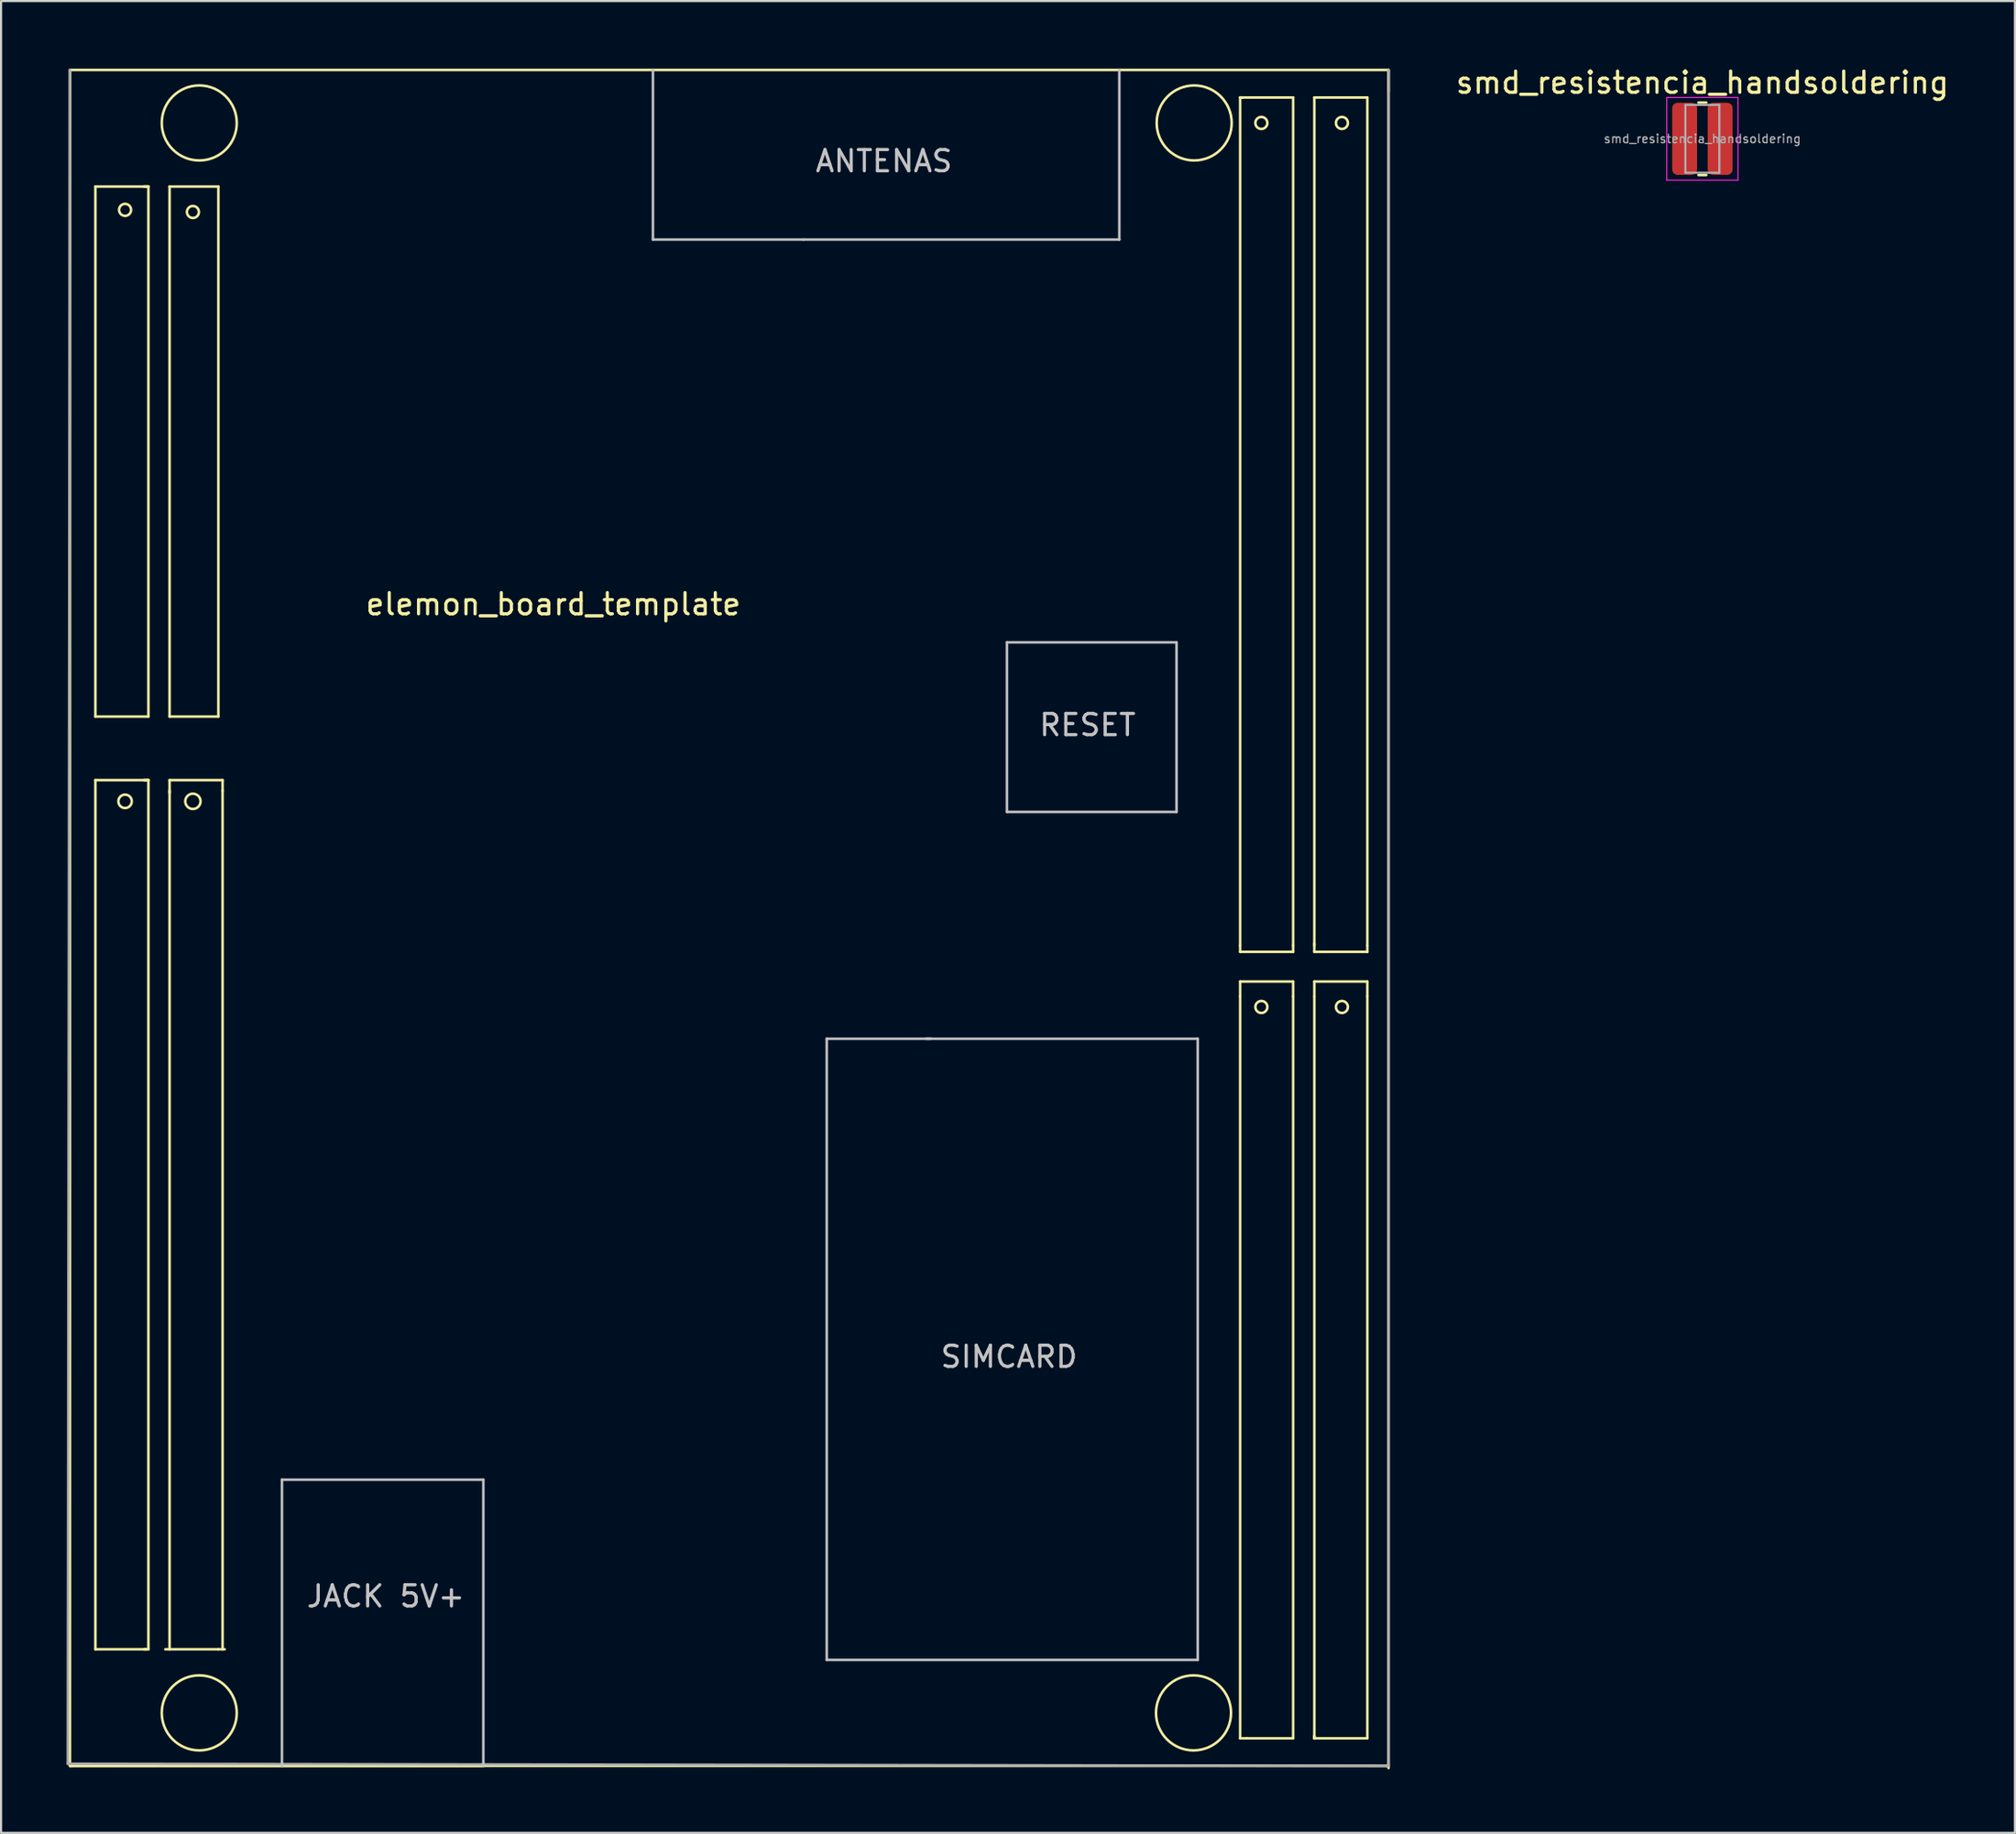
<source format=kicad_pcb>
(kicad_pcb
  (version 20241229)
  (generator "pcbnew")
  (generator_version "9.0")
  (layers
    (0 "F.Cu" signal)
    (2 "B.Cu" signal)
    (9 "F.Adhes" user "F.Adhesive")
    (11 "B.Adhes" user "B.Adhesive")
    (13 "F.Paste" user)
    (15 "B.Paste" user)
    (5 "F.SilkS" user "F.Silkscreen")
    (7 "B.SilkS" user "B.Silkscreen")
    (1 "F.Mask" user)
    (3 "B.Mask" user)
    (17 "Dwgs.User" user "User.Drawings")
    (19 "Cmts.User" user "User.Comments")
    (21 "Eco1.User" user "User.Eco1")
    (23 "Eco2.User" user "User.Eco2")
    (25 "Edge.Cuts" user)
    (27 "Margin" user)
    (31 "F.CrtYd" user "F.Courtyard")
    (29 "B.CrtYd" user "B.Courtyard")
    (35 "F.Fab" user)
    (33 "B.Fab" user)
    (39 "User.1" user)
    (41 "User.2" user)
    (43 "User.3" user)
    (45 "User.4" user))
  (footprint "smd_resistencia_handsoldering"
    (layer "F.Cu")
    (at 77.254 3.498)
    (property "Reference" "smd_resistencia_handsoldering" (at 0 -2.65 0) (layer "F.SilkS") (effects (font (size 1 1) (thickness 0.15))))
    (attr smd)
    (fp_line (start -0.183 -1.71) (end 0.183 -1.71) (stroke (width 0.12) (type solid)) (layer "F.SilkS"))
    (fp_line (start -0.183 1.71) (end 0.183 1.71) (stroke (width 0.12) (type solid)) (layer "F.SilkS"))
    (fp_line (start -1.68 -1.95) (end 1.68 -1.95) (stroke (width 0.05) (type solid)) (layer "F.CrtYd"))
    (fp_line (start -1.68 1.95) (end -1.68 -1.95) (stroke (width 0.05) (type solid)) (layer "F.CrtYd"))
    (fp_line (start 1.68 -1.95) (end 1.68 1.95) (stroke (width 0.05) (type solid)) (layer "F.CrtYd"))
    (fp_line (start 1.68 1.95) (end -1.68 1.95) (stroke (width 0.05) (type solid)) (layer "F.CrtYd"))
    (fp_line (start -0.8 -1.6) (end 0.8 -1.6) (stroke (width 0.1) (type solid)) (layer "F.Fab"))
    (fp_line (start -0.8 1.6) (end -0.8 -1.6) (stroke (width 0.1) (type solid)) (layer "F.Fab"))
    (fp_line (start 0.8 -1.6) (end 0.8 1.6) (stroke (width 0.1) (type solid)) (layer "F.Fab"))
    (fp_line (start 0.8 1.6) (end -0.8 1.6) (stroke (width 0.1) (type solid)) (layer "F.Fab"))
    (fp_text user "${REFERENCE}" (at 0 0 0) (layer "F.Fab") (effects (font (size 0.4 0.4) (thickness 0.06))))
    (pad "1" smd roundrect (at -0.838 0) (size 1.175 3.4) (layers "F.Cu" "F.Mask" "F.Paste") (roundrect_rratio 0.213))
    (pad "2" smd roundrect (at 0.838 0) (size 1.175 3.4) (layers "F.Cu" "F.Mask" "F.Paste") (roundrect_rratio 0.213)))
  (footprint "elemon_board_template"
    (layer "F.Cu")
    (at 0.25 0.25)
    (property "Reference" "elemon_board_template" (at 22.8 25.2 0) (layer "F.SilkS") (effects (font (size 1 1) (thickness 0.15))))
    (attr through_hole)
    (fp_line (start 0 0) (end 62.2 0) (stroke (width 0.12) (type solid)) (layer "F.SilkS"))
    (fp_line (start 0 80) (end 0 0) (stroke (width 0.12) (type solid)) (layer "F.SilkS"))
    (fp_line (start 0 80) (end 19.5 80) (stroke (width 0.12) (type solid)) (layer "F.SilkS"))
    (fp_line (start 0.1 80) (end 0 80) (stroke (width 0.12) (type solid)) (layer "F.SilkS"))
    (fp_line (start 0.1 80) (end 62.1 80) (stroke (width 0.12) (type solid)) (layer "F.SilkS"))
    (fp_line (start 1.2 5.5) (end 3.7 5.5) (stroke (width 0.12) (type solid)) (layer "F.SilkS"))
    (fp_line (start 1.2 30.5) (end 1.2 5.5) (stroke (width 0.12) (type solid)) (layer "F.SilkS"))
    (fp_line (start 1.2 30.5) (end 3.7 30.5) (stroke (width 0.12) (type solid)) (layer "F.SilkS"))
    (fp_line (start 1.2 33.5) (end 1.2 74.5) (stroke (width 0.12) (type solid)) (layer "F.SilkS"))
    (fp_line (start 1.2 33.5) (end 3.7 33.5) (stroke (width 0.12) (type solid)) (layer "F.SilkS"))
    (fp_line (start 1.2 74.5) (end 3.6 74.5) (stroke (width 0.12) (type solid)) (layer "F.SilkS"))
    (fp_line (start 3.5 5.5) (end 3.7 5.5) (stroke (width 0.12) (type solid)) (layer "F.SilkS"))
    (fp_line (start 3.5 33.5) (end 3.7 33.5) (stroke (width 0.12) (type solid)) (layer "F.SilkS"))
    (fp_line (start 3.7 5.5) (end 3.7 30.5) (stroke (width 0.12) (type solid)) (layer "F.SilkS"))
    (fp_line (start 3.7 33.5) (end 3.7 74.5) (stroke (width 0.12) (type solid)) (layer "F.SilkS"))
    (fp_line (start 3.7 74.5) (end 3.5 74.5) (stroke (width 0.12) (type solid)) (layer "F.SilkS"))
    (fp_line (start 4.7 5.5) (end 7 5.5) (stroke (width 0.12) (type solid)) (layer "F.SilkS"))
    (fp_line (start 4.7 30.5) (end 4.7 5.5) (stroke (width 0.12) (type solid)) (layer "F.SilkS"))
    (fp_line (start 4.7 30.5) (end 7 30.5) (stroke (width 0.12) (type solid)) (layer "F.SilkS"))
    (fp_line (start 4.7 33.5) (end 4.7 34.1) (stroke (width 0.12) (type solid)) (layer "F.SilkS"))
    (fp_line (start 4.7 34) (end 4.7 74.5) (stroke (width 0.12) (type solid)) (layer "F.SilkS"))
    (fp_line (start 7 30.5) (end 7 5.5) (stroke (width 0.12) (type solid)) (layer "F.SilkS"))
    (fp_line (start 7 74.5) (end 4.5 74.5) (stroke (width 0.12) (type solid)) (layer "F.SilkS"))
    (fp_line (start 7.2 33.5) (end 4.7 33.5) (stroke (width 0.12) (type solid)) (layer "F.SilkS"))
    (fp_line (start 7.2 34) (end 7.2 33.5) (stroke (width 0.12) (type solid)) (layer "F.SilkS"))
    (fp_line (start 7.2 34) (end 7.2 74.5) (stroke (width 0.12) (type solid)) (layer "F.SilkS"))
    (fp_line (start 7.3 74.5) (end 7 74.5) (stroke (width 0.12) (type solid)) (layer "F.SilkS"))
    (fp_line (start 55.2 1.3) (end 55.3 1.3) (stroke (width 0.12) (type solid)) (layer "F.SilkS"))
    (fp_line (start 55.2 41.3) (end 55.2 1.3) (stroke (width 0.12) (type solid)) (layer "F.SilkS"))
    (fp_line (start 55.2 41.6) (end 55.2 41.3) (stroke (width 0.12) (type solid)) (layer "F.SilkS"))
    (fp_line (start 55.2 43) (end 55.2 43.7) (stroke (width 0.12) (type solid)) (layer "F.SilkS"))
    (fp_line (start 55.2 43.7) (end 55.2 78.7) (stroke (width 0.12) (type solid)) (layer "F.SilkS"))
    (fp_line (start 55.2 78.7) (end 55.5 78.7) (stroke (width 0.12) (type solid)) (layer "F.SilkS"))
    (fp_line (start 55.3 1.3) (end 55.2 1.3) (stroke (width 0.12) (type solid)) (layer "F.SilkS"))
    (fp_line (start 55.3 1.3) (end 57.7 1.3) (stroke (width 0.12) (type solid)) (layer "F.SilkS"))
    (fp_line (start 57.7 41.3) (end 57.7 1.3) (stroke (width 0.12) (type solid)) (layer "F.SilkS"))
    (fp_line (start 57.7 41.3) (end 57.7 41.6) (stroke (width 0.12) (type solid)) (layer "F.SilkS"))
    (fp_line (start 57.7 41.6) (end 55.2 41.6) (stroke (width 0.12) (type solid)) (layer "F.SilkS"))
    (fp_line (start 57.7 43) (end 55.2 43) (stroke (width 0.12) (type solid)) (layer "F.SilkS"))
    (fp_line (start 57.7 43.7) (end 57.7 43) (stroke (width 0.12) (type solid)) (layer "F.SilkS"))
    (fp_line (start 57.7 43.7) (end 57.7 78.7) (stroke (width 0.12) (type solid)) (layer "F.SilkS"))
    (fp_line (start 57.7 78.7) (end 55.5 78.7) (stroke (width 0.12) (type solid)) (layer "F.SilkS"))
    (fp_line (start 58.7 1.3) (end 61.2 1.3) (stroke (width 0.12) (type solid)) (layer "F.SilkS"))
    (fp_line (start 58.7 41.3) (end 58.7 1.3) (stroke (width 0.12) (type solid)) (layer "F.SilkS"))
    (fp_line (start 58.7 41.6) (end 58.7 41.2) (stroke (width 0.12) (type solid)) (layer "F.SilkS"))
    (fp_line (start 58.7 43) (end 61.2 43) (stroke (width 0.12) (type solid)) (layer "F.SilkS"))
    (fp_line (start 58.7 43.7) (end 58.7 43) (stroke (width 0.12) (type solid)) (layer "F.SilkS"))
    (fp_line (start 58.7 78.6) (end 58.7 78.7) (stroke (width 0.12) (type solid)) (layer "F.SilkS"))
    (fp_line (start 58.7 78.7) (end 58.7 43.7) (stroke (width 0.12) (type solid)) (layer "F.SilkS"))
    (fp_line (start 58.7 78.7) (end 58.7 78.6) (stroke (width 0.12) (type solid)) (layer "F.SilkS"))
    (fp_line (start 58.7 78.7) (end 61.2 78.7) (stroke (width 0.12) (type solid)) (layer "F.SilkS"))
    (fp_line (start 61.2 1.3) (end 61.2 41.3) (stroke (width 0.12) (type solid)) (layer "F.SilkS"))
    (fp_line (start 61.2 41.3) (end 61.2 41.6) (stroke (width 0.12) (type solid)) (layer "F.SilkS"))
    (fp_line (start 61.2 41.6) (end 58.7 41.6) (stroke (width 0.12) (type solid)) (layer "F.SilkS"))
    (fp_line (start 61.2 43.7) (end 61.2 43) (stroke (width 0.12) (type solid)) (layer "F.SilkS"))
    (fp_line (start 61.2 43.7) (end 61.2 78.7) (stroke (width 0.12) (type solid)) (layer "F.SilkS"))
    (fp_line (start 62.1 80) (end 62.2 80) (stroke (width 0.12) (type solid)) (layer "F.SilkS"))
    (fp_line (start 62.2 0) (end 62.2 1) (stroke (width 0.12) (type solid)) (layer "F.SilkS"))
    (fp_line (start 62.2 0) (end 62.2 80.1) (stroke (width 0.12) (type solid)) (layer "F.SilkS"))
    (fp_circle (center 2.6 6.6) (end 2.8 6.4) (stroke (width 0.12) (type solid)) (fill no) (layer "F.SilkS"))
    (fp_circle (center 2.6 34.5) (end 2.9 34.4) (stroke (width 0.12) (type solid)) (fill no) (layer "F.SilkS"))
    (fp_circle (center 5.8 6.7) (end 6 6.5) (stroke (width 0.12) (type solid)) (fill no) (layer "F.SilkS"))
    (fp_circle (center 5.8 34.5) (end 6 34.2) (stroke (width 0.12) (type solid)) (fill no) (layer "F.SilkS"))
    (fp_circle (center 6.1 2.5) (end 7.4 3.7) (stroke (width 0.12) (type solid)) (fill no) (layer "F.SilkS"))
    (fp_circle (center 6.1 77.5) (end 7.4 78.7) (stroke (width 0.12) (type solid)) (fill no) (layer "F.SilkS"))
    (fp_circle (center 53 77.5) (end 54.3 78.7) (stroke (width 0.12) (type solid)) (fill no) (layer "F.SilkS"))
    (fp_circle (center 53.031 2.5) (end 54.331 3.7) (stroke (width 0.12) (type solid)) (fill no) (layer "F.SilkS"))
    (fp_circle (center 56.2 2.5) (end 56.4 2.3) (stroke (width 0.12) (type solid)) (fill no) (layer "F.SilkS"))
    (fp_circle (center 56.2 44.2) (end 56.483 44.2) (stroke (width 0.12) (type solid)) (fill no) (layer "F.SilkS"))
    (fp_circle (center 60 2.5) (end 60.2 2.3) (stroke (width 0.12) (type solid)) (fill no) (layer "F.SilkS"))
    (fp_circle (center 60 44.2) (end 60.283 44.2) (stroke (width 0.12) (type solid)) (fill no) (layer "F.SilkS"))
    (fp_line (start 10 66.5) (end 10 80) (stroke (width 0.12) (type solid)) (layer "Dwgs.User"))
    (fp_line (start 19.5 66.5) (end 10 66.5) (stroke (width 0.12) (type solid)) (layer "Dwgs.User"))
    (fp_line (start 19.5 80) (end 19.5 66.5) (stroke (width 0.12) (type solid)) (layer "Dwgs.User"))
    (fp_line (start 27.5 0) (end 27.5 8) (stroke (width 0.12) (type solid)) (layer "Dwgs.User"))
    (fp_line (start 27.5 8) (end 34.6 8) (stroke (width 0.12) (type solid)) (layer "Dwgs.User"))
    (fp_line (start 35.7 45.7) (end 40.6 45.7) (stroke (width 0.12) (type solid)) (layer "Dwgs.User"))
    (fp_line (start 35.7 75) (end 35.7 45.7) (stroke (width 0.12) (type solid)) (layer "Dwgs.User"))
    (fp_line (start 35.7 75) (end 53.2 75) (stroke (width 0.12) (type solid)) (layer "Dwgs.User"))
    (fp_line (start 44.2 27) (end 44.2 35) (stroke (width 0.12) (type solid)) (layer "Dwgs.User"))
    (fp_line (start 44.2 35) (end 52.2 35) (stroke (width 0.12) (type solid)) (layer "Dwgs.User"))
    (fp_line (start 49.5 0) (end 49.5 8) (stroke (width 0.12) (type solid)) (layer "Dwgs.User"))
    (fp_line (start 49.5 8) (end 34.6 8) (stroke (width 0.12) (type solid)) (layer "Dwgs.User"))
    (fp_line (start 52.2 27) (end 44.2 27) (stroke (width 0.12) (type solid)) (layer "Dwgs.User"))
    (fp_line (start 52.2 27) (end 52.2 35) (stroke (width 0.12) (type solid)) (layer "Dwgs.User"))
    (fp_line (start 53.2 45.7) (end 40.4 45.7) (stroke (width 0.12) (type solid)) (layer "Dwgs.User"))
    (fp_line (start 53.2 75) (end 53.2 45.7) (stroke (width 0.12) (type solid)) (layer "Dwgs.User"))
    (fp_line (start -0.1 79.9) (end 0 0) (stroke (width 0.12) (type solid)) (layer "F.Fab"))
    (fp_line (start 62.2 0) (end 62.2 80) (stroke (width 0.12) (type solid)) (layer "F.Fab"))
    (fp_line (start 62.2 80) (end -0.1 79.9) (stroke (width 0.12) (type solid)) (layer "F.Fab"))
    (fp_text user "SIMCARD" (at 44.3 60.7 0) (layer "Dwgs.User") (effects (font (size 1 1) (thickness 0.15))))
    (fp_text user "ANTENAS" (at 38.4 4.3 0) (layer "Dwgs.User") (effects (font (size 1 1) (thickness 0.15))))
    (fp_text user "RESET" (at 48 30.9 0) (layer "Dwgs.User") (effects (font (size 1 1) (thickness 0.15))))
    (fp_text user "JACK 5V+" (at 14.9 72 0) (layer "Dwgs.User") (effects (font (size 1 1) (thickness 0.15)))))
  (gr_rect
    (start -3 -3)
    (end 91.998 83.41)
    (stroke (width 0.1) (type default))
    (fill no)
    (layer "Edge.Cuts")))
</source>
